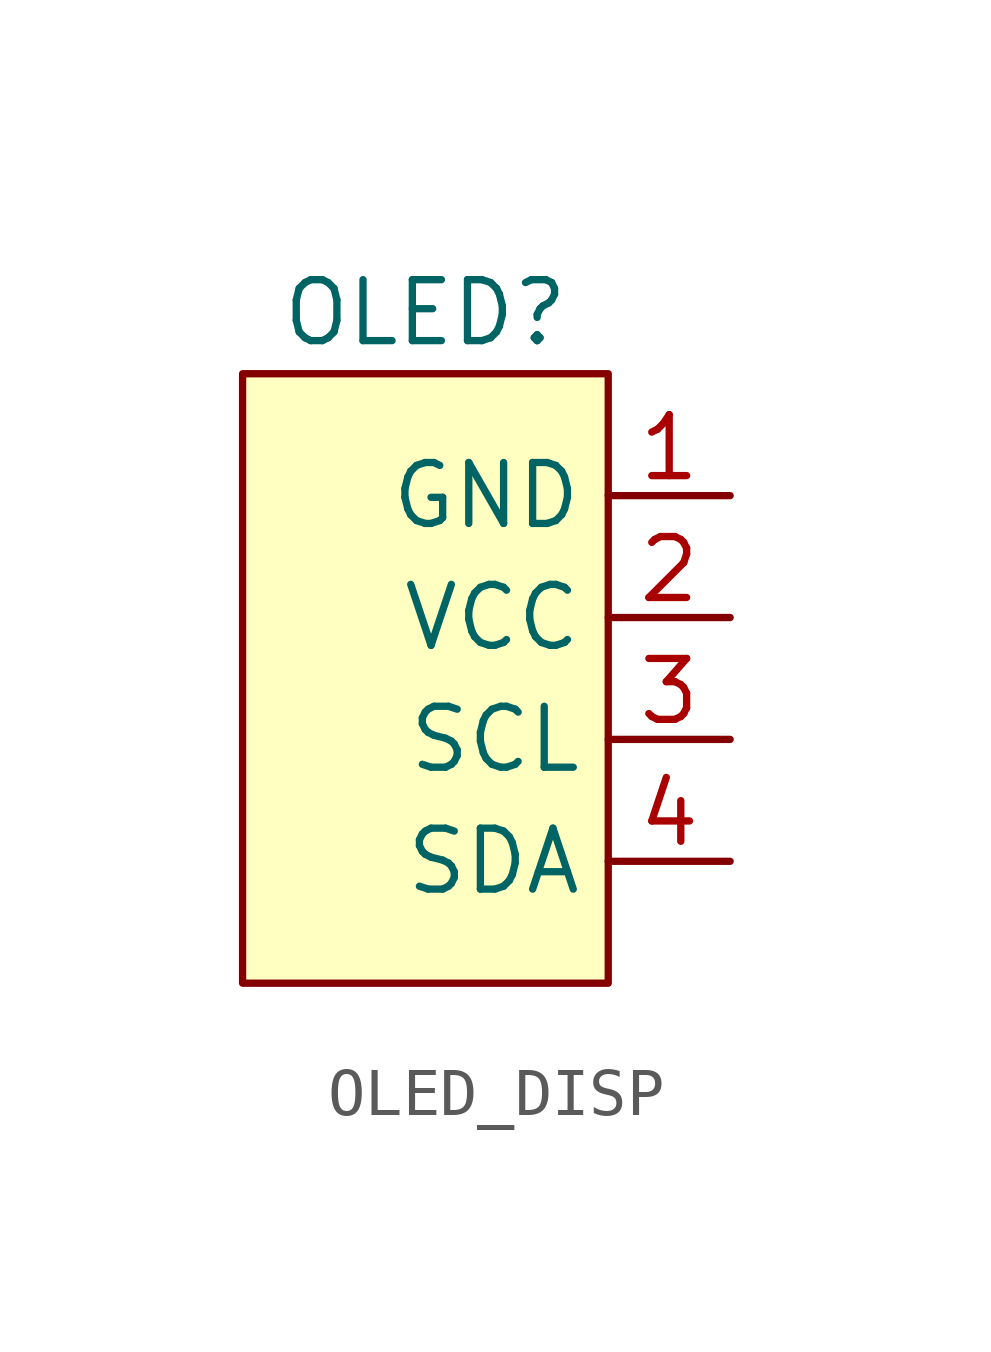
<source format=kicad_sym>
(kicad_symbol_lib
  (version 20220914)
  (generator kicad_symbol_editor)
  (symbol "OLED_DISP"
    (property "Reference" "OLED"
      (at 0 0 0)
      (effects (font (size 1.27 1.27))))
    (property "Value" ""
      (at 0 0 0)
      (effects (font (size 1.27 1.27))))
    (symbol "OLED_DISP_1_1"
      (rectangle (start -3.81 -1.27) (end 3.81 -13.97) (stroke (width 0) (type default)) (fill (type background)))
      (pin power_in line (at 6.35 -3.81 180) (length 2.54) (name "GND" (effects (font (size 1.27 1.27)))) (number "1" (effects (font (size 1.27 1.27)))))
      (pin power_in line (at 6.35 -6.35 180) (length 2.54) (name "VCC" (effects (font (size 1.27 1.27)))) (number "2" (effects (font (size 1.27 1.27)))))
      (pin input line (at 6.35 -8.89 180) (length 2.54) (name "SCL" (effects (font (size 1.27 1.27)))) (number "3" (effects (font (size 1.27 1.27)))))
      (pin input line (at 6.35 -11.43 180) (length 2.54) (name "SDA" (effects (font (size 1.27 1.27)))) (number "4" (effects (font (size 1.27 1.27))))))))
</source>
